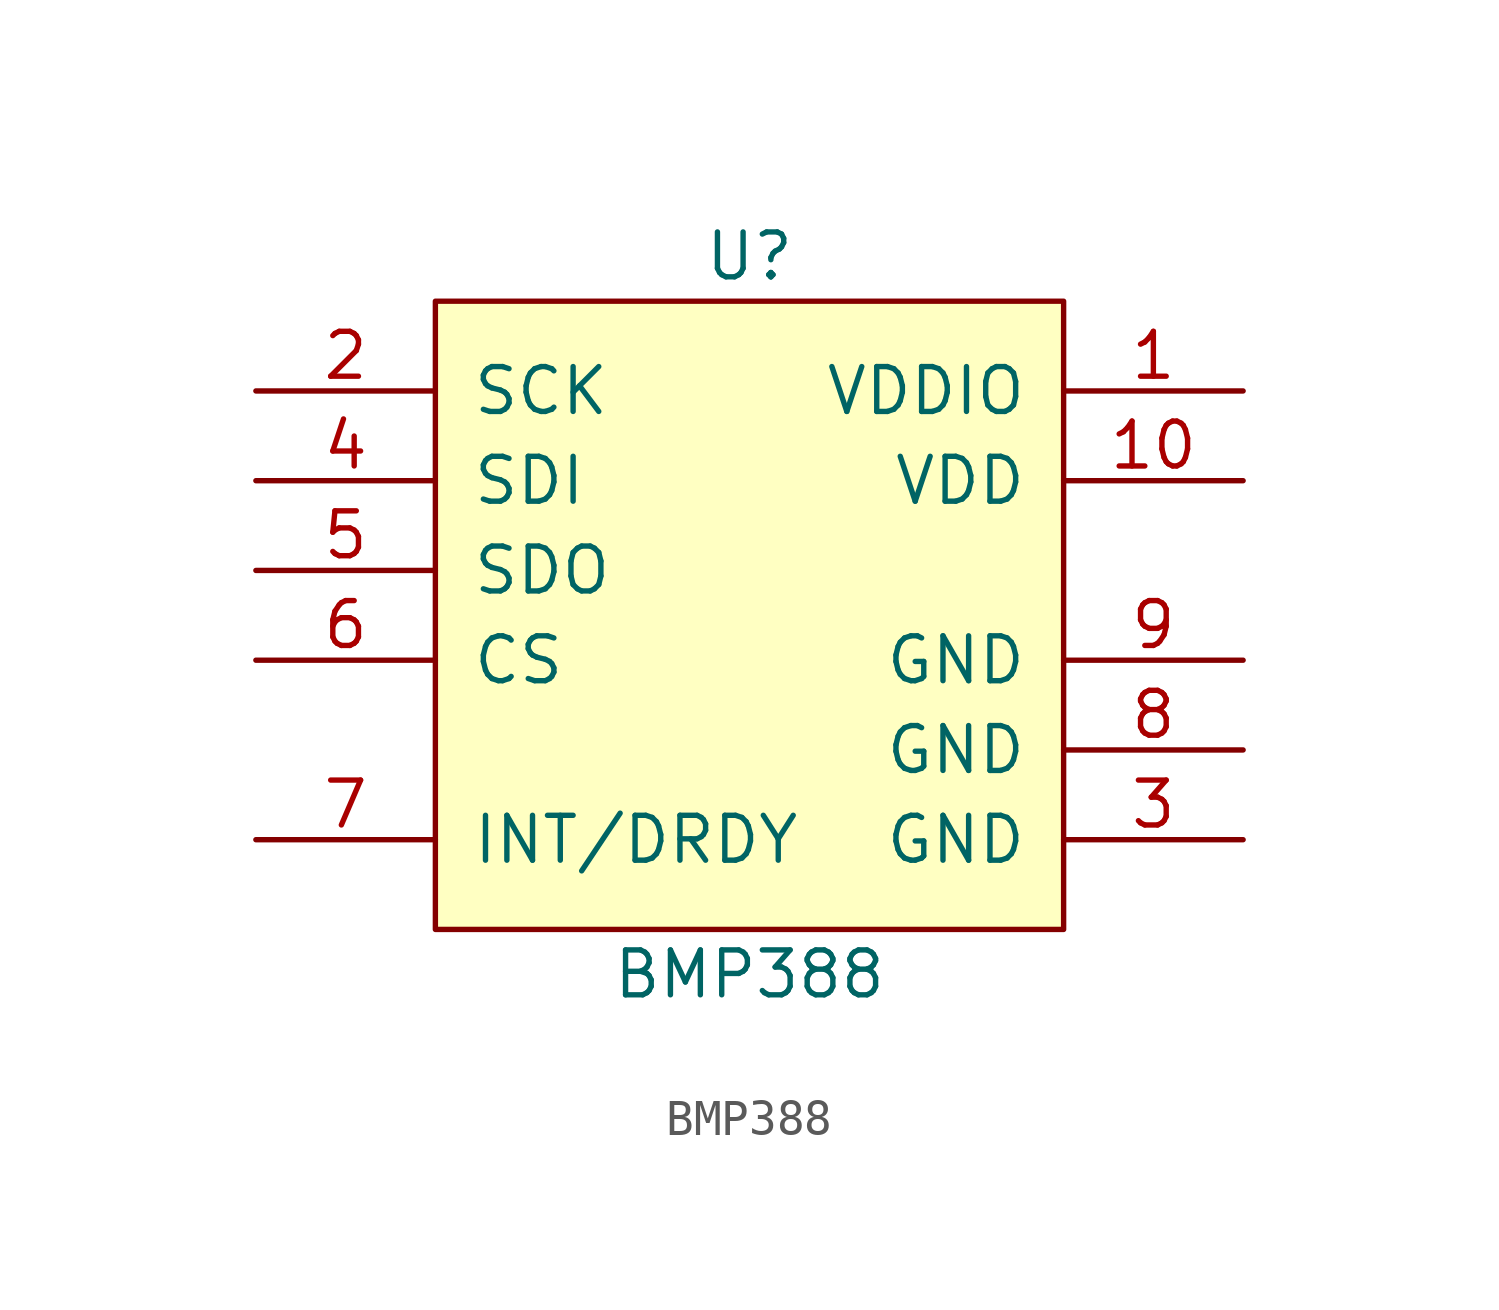
<source format=kicad_sym>
(kicad_symbol_lib
  (version 20211014)
  (generator kicad_symbol_editor)
  (symbol "BMP388"
    (pin_names
      (offset 1.016))
    (property "Reference" "U"
      (at 8.89 1.27 0)
      (effects (font (size 1.27 1.27))))
    (property "Value" "BMP388"
      (at 8.89 -19.05 0)
      (effects (font (size 1.27 1.27))))
    (symbol "BMP388_1_0"
      (rectangle (start 0 0) (end 17.78 -17.78) (stroke (width 0) (type default) (color 0 0 0 0)) (fill (type background))))
    (symbol "BMP388_1_1"
      (pin power_in line (at 22.86 -2.54 180) (length 5.08) (name "VDDIO" (effects (font (size 1.27 1.27)))) (number "1" (effects (font (size 1.27 1.27)))))
      (pin power_in line (at 22.86 -5.08 180) (length 5.08) (name "VDD" (effects (font (size 1.27 1.27)))) (number "10" (effects (font (size 1.27 1.27)))))
      (pin input line (at -5.08 -2.54 0) (length 5.08) (name "SCK" (effects (font (size 1.27 1.27)))) (number "2" (effects (font (size 1.27 1.27)))))
      (pin power_in line (at 22.86 -15.24 180) (length 5.08) (name "GND" (effects (font (size 1.27 1.27)))) (number "3" (effects (font (size 1.27 1.27)))))
      (pin input line (at -5.08 -5.08 0) (length 5.08) (name "SDI" (effects (font (size 1.27 1.27)))) (number "4" (effects (font (size 1.27 1.27)))))
      (pin output line (at -5.08 -7.62 0) (length 5.08) (name "SDO" (effects (font (size 1.27 1.27)))) (number "5" (effects (font (size 1.27 1.27)))))
      (pin input line (at -5.08 -10.16 0) (length 5.08) (name "CS" (effects (font (size 1.27 1.27)))) (number "6" (effects (font (size 1.27 1.27)))))
      (pin output line (at -5.08 -15.24 0) (length 5.08) (name "INT/DRDY" (effects (font (size 1.27 1.27)))) (number "7" (effects (font (size 1.27 1.27)))))
      (pin power_in line (at 22.86 -12.7 180) (length 5.08) (name "GND" (effects (font (size 1.27 1.27)))) (number "8" (effects (font (size 1.27 1.27)))))
      (pin power_in line (at 22.86 -10.16 180) (length 5.08) (name "GND" (effects (font (size 1.27 1.27)))) (number "9" (effects (font (size 1.27 1.27))))))))
</source>
